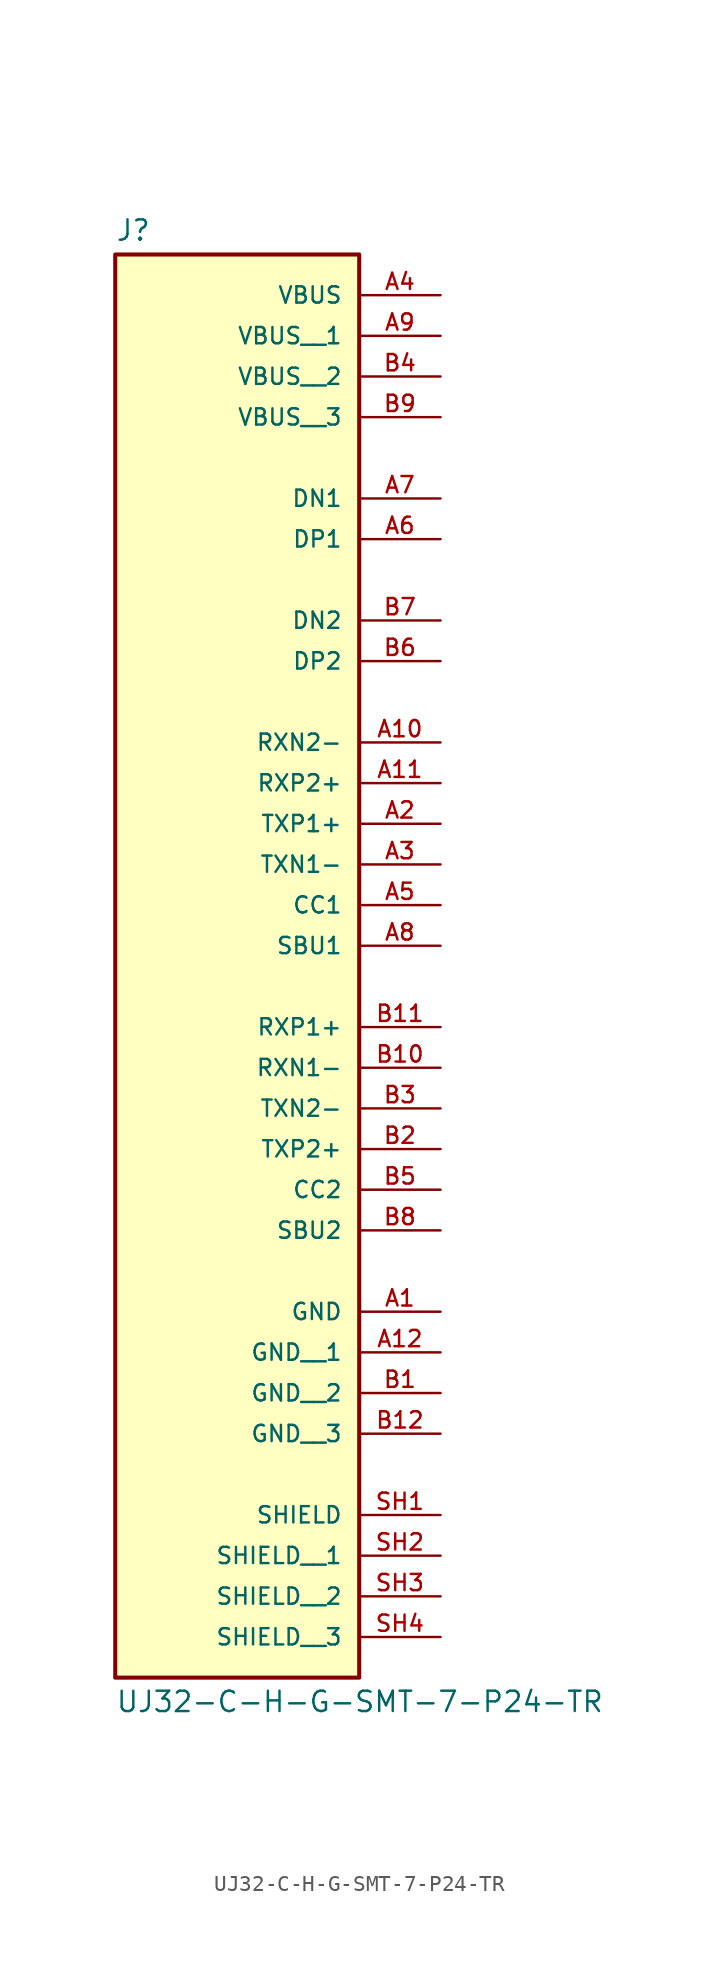
<source format=kicad_sym>
(kicad_symbol_lib
  (version 20211014)
  (generator kicad_symbol_editor)
  (symbol "UJ32-C-H-G-SMT-7-P24-TR"
    (pin_names
      (offset 1.016))
    (property "Reference" "J"
      (at -7.62 33.782 0)
      (effects (font (size 1.27 1.27)) (justify bottom left)))
    (property "Value" "UJ32-C-H-G-SMT-7-P24-TR"
      (at -7.62 -56.642 0)
      (effects (font (size 1.27 1.27)) (justify top left)))
    (symbol "UJ32-C-H-G-SMT-7-P24-TR_0_0"
      (rectangle (start -7.62 -55.88) (end 7.62 33.02) (stroke (width 0.254)) (fill (type background)))
      (pin power_in line (at 12.7 30.48 180.0) (length 5.08) (name "VBUS" (effects (font (size 1.016 1.016)))) (number "A4" (effects (font (size 1.016 1.016)))))
      (pin passive line (at 12.7 -45.72 180.0) (length 5.08) (name "SHIELD" (effects (font (size 1.016 1.016)))) (number "SH1" (effects (font (size 1.016 1.016)))))
      (pin passive line (at 12.7 17.78 180.0) (length 5.08) (name "DN1" (effects (font (size 1.016 1.016)))) (number "A7" (effects (font (size 1.016 1.016)))))
      (pin passive line (at 12.7 15.24 180.0) (length 5.08) (name "DP1" (effects (font (size 1.016 1.016)))) (number "A6" (effects (font (size 1.016 1.016)))))
      (pin passive line (at 12.7 10.16 180.0) (length 5.08) (name "DN2" (effects (font (size 1.016 1.016)))) (number "B7" (effects (font (size 1.016 1.016)))))
      (pin passive line (at 12.7 7.62 180.0) (length 5.08) (name "DP2" (effects (font (size 1.016 1.016)))) (number "B6" (effects (font (size 1.016 1.016)))))
      (pin power_in line (at 12.7 -33.02 180.0) (length 5.08) (name "GND" (effects (font (size 1.016 1.016)))) (number "A1" (effects (font (size 1.016 1.016)))))
      (pin passive line (at 12.7 2.54 180.0) (length 5.08) (name "RXN2-" (effects (font (size 1.016 1.016)))) (number "A10" (effects (font (size 1.016 1.016)))))
      (pin passive line (at 12.7 0.0 180.0) (length 5.08) (name "RXP2+" (effects (font (size 1.016 1.016)))) (number "A11" (effects (font (size 1.016 1.016)))))
      (pin passive line (at 12.7 -2.54 180.0) (length 5.08) (name "TXP1+" (effects (font (size 1.016 1.016)))) (number "A2" (effects (font (size 1.016 1.016)))))
      (pin passive line (at 12.7 -5.08 180.0) (length 5.08) (name "TXN1-" (effects (font (size 1.016 1.016)))) (number "A3" (effects (font (size 1.016 1.016)))))
      (pin passive line (at 12.7 -7.62 180.0) (length 5.08) (name "CC1" (effects (font (size 1.016 1.016)))) (number "A5" (effects (font (size 1.016 1.016)))))
      (pin passive line (at 12.7 -10.16 180.0) (length 5.08) (name "SBU1" (effects (font (size 1.016 1.016)))) (number "A8" (effects (font (size 1.016 1.016)))))
      (pin passive line (at 12.7 -15.24 180.0) (length 5.08) (name "RXP1+" (effects (font (size 1.016 1.016)))) (number "B11" (effects (font (size 1.016 1.016)))))
      (pin passive line (at 12.7 -17.78 180.0) (length 5.08) (name "RXN1-" (effects (font (size 1.016 1.016)))) (number "B10" (effects (font (size 1.016 1.016)))))
      (pin passive line (at 12.7 -20.32 180.0) (length 5.08) (name "TXN2-" (effects (font (size 1.016 1.016)))) (number "B3" (effects (font (size 1.016 1.016)))))
      (pin passive line (at 12.7 -22.86 180.0) (length 5.08) (name "TXP2+" (effects (font (size 1.016 1.016)))) (number "B2" (effects (font (size 1.016 1.016)))))
      (pin passive line (at 12.7 -25.4 180.0) (length 5.08) (name "CC2" (effects (font (size 1.016 1.016)))) (number "B5" (effects (font (size 1.016 1.016)))))
      (pin passive line (at 12.7 -27.94 180.0) (length 5.08) (name "SBU2" (effects (font (size 1.016 1.016)))) (number "B8" (effects (font (size 1.016 1.016)))))
      (pin power_in line (at 12.7 27.94 180.0) (length 5.08) (name "VBUS__1" (effects (font (size 1.016 1.016)))) (number "A9" (effects (font (size 1.016 1.016)))))
      (pin power_in line (at 12.7 25.4 180.0) (length 5.08) (name "VBUS__2" (effects (font (size 1.016 1.016)))) (number "B4" (effects (font (size 1.016 1.016)))))
      (pin power_in line (at 12.7 22.86 180.0) (length 5.08) (name "VBUS__3" (effects (font (size 1.016 1.016)))) (number "B9" (effects (font (size 1.016 1.016)))))
      (pin power_in line (at 12.7 -35.56 180.0) (length 5.08) (name "GND__1" (effects (font (size 1.016 1.016)))) (number "A12" (effects (font (size 1.016 1.016)))))
      (pin power_in line (at 12.7 -38.1 180.0) (length 5.08) (name "GND__2" (effects (font (size 1.016 1.016)))) (number "B1" (effects (font (size 1.016 1.016)))))
      (pin power_in line (at 12.7 -40.64 180.0) (length 5.08) (name "GND__3" (effects (font (size 1.016 1.016)))) (number "B12" (effects (font (size 1.016 1.016)))))
      (pin passive line (at 12.7 -48.26 180.0) (length 5.08) (name "SHIELD__1" (effects (font (size 1.016 1.016)))) (number "SH2" (effects (font (size 1.016 1.016)))))
      (pin passive line (at 12.7 -50.8 180.0) (length 5.08) (name "SHIELD__2" (effects (font (size 1.016 1.016)))) (number "SH3" (effects (font (size 1.016 1.016)))))
      (pin passive line (at 12.7 -53.34 180.0) (length 5.08) (name "SHIELD__3" (effects (font (size 1.016 1.016)))) (number "SH4" (effects (font (size 1.016 1.016))))))))
</source>
